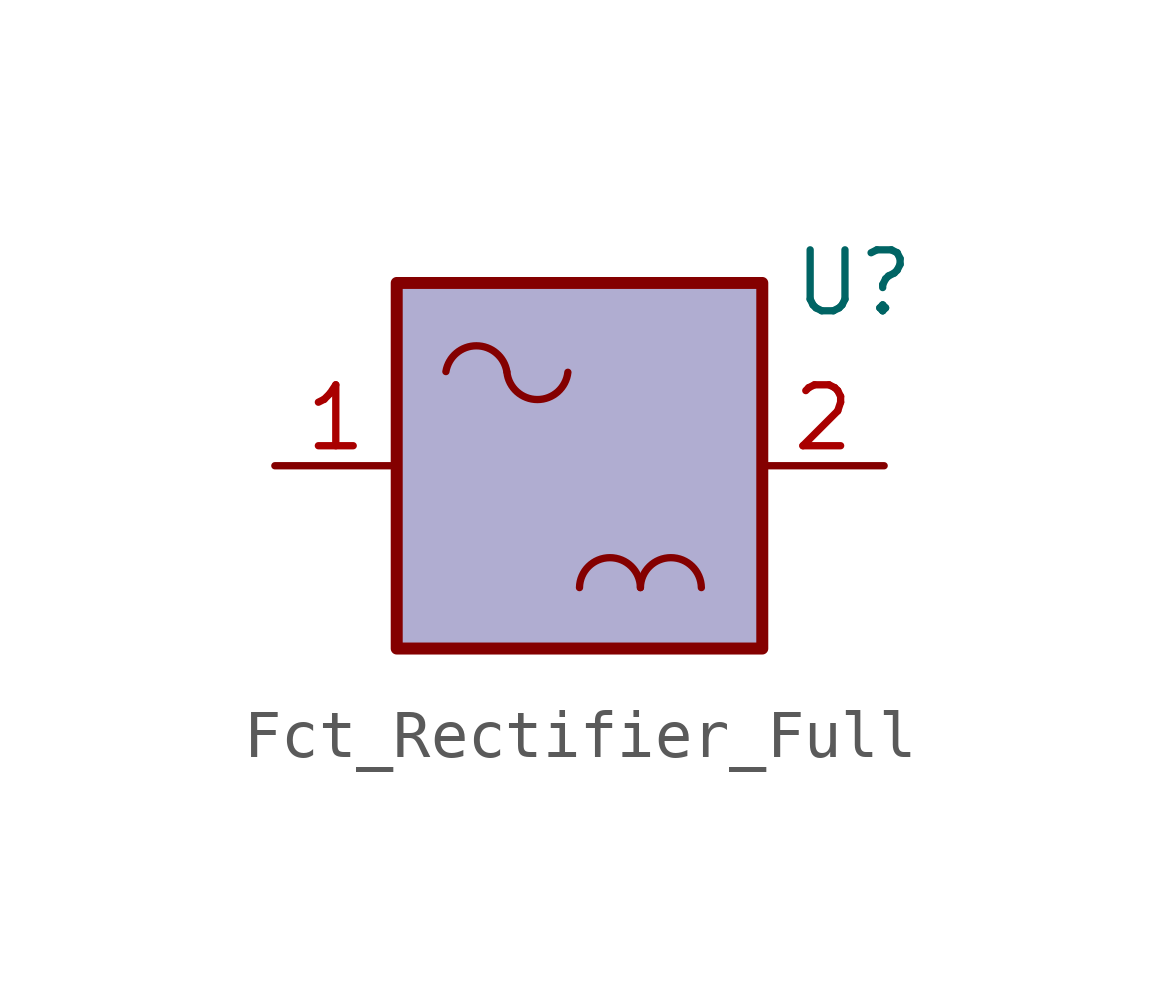
<source format=kicad_sym>
(kicad_symbol_lib
  (version 20220914)
  (generator kicad_symbol_editor)
  (symbol "Fct_Rectifier_Full"
    (pin_names
      (offset 1.2) hide)
    (property "Reference" "U"
      (at 5.715 3.81 0)
      (effects (font (size 1.27 1.27))))
    (symbol "Fct_Rectifier_Full_0_1"
      (arc (start -1.5147 1.9631) (mid -2.1497 2.5003) (end -2.7847 1.9631) (stroke (width 0) (type default)) (fill (type none)))
      (arc (start -1.5124 1.9481) (mid -0.8774 1.3797) (end -0.2424 1.9481) (stroke (width 0) (type default)) (fill (type none)))
      (arc (start 1.27 -2.54) (mid 0.635 -1.9162) (end 0 -2.54) (stroke (width 0) (type default)) (fill (type none)))
      (arc (start 2.54 -2.54) (mid 1.905 -1.9162) (end 1.27 -2.54) (stroke (width 0) (type default)) (fill (type none))))
    (symbol "Fct_Rectifier_Full_1_1"
      (polyline (pts (xy -3.81 -3.81) (xy -3.81 3.81) (xy 3.81 3.81) (xy 3.81 -3.81) (xy -3.81 -3.81)) (stroke (width 0.25) (type solid)) (fill (type color) (color 149 146 194 0.749)))
      (pin input line (at -6.35 0 0) (length 2.54) (name "I" (effects (font (size 1.27 1.27)))) (number "1" (effects (font (size 1.27 1.27)))))
      (pin output line (at 6.35 0 180) (length 2.54) (name "S" (effects (font (size 1.27 1.27)))) (number "2" (effects (font (size 1.27 1.27))))))))
</source>
